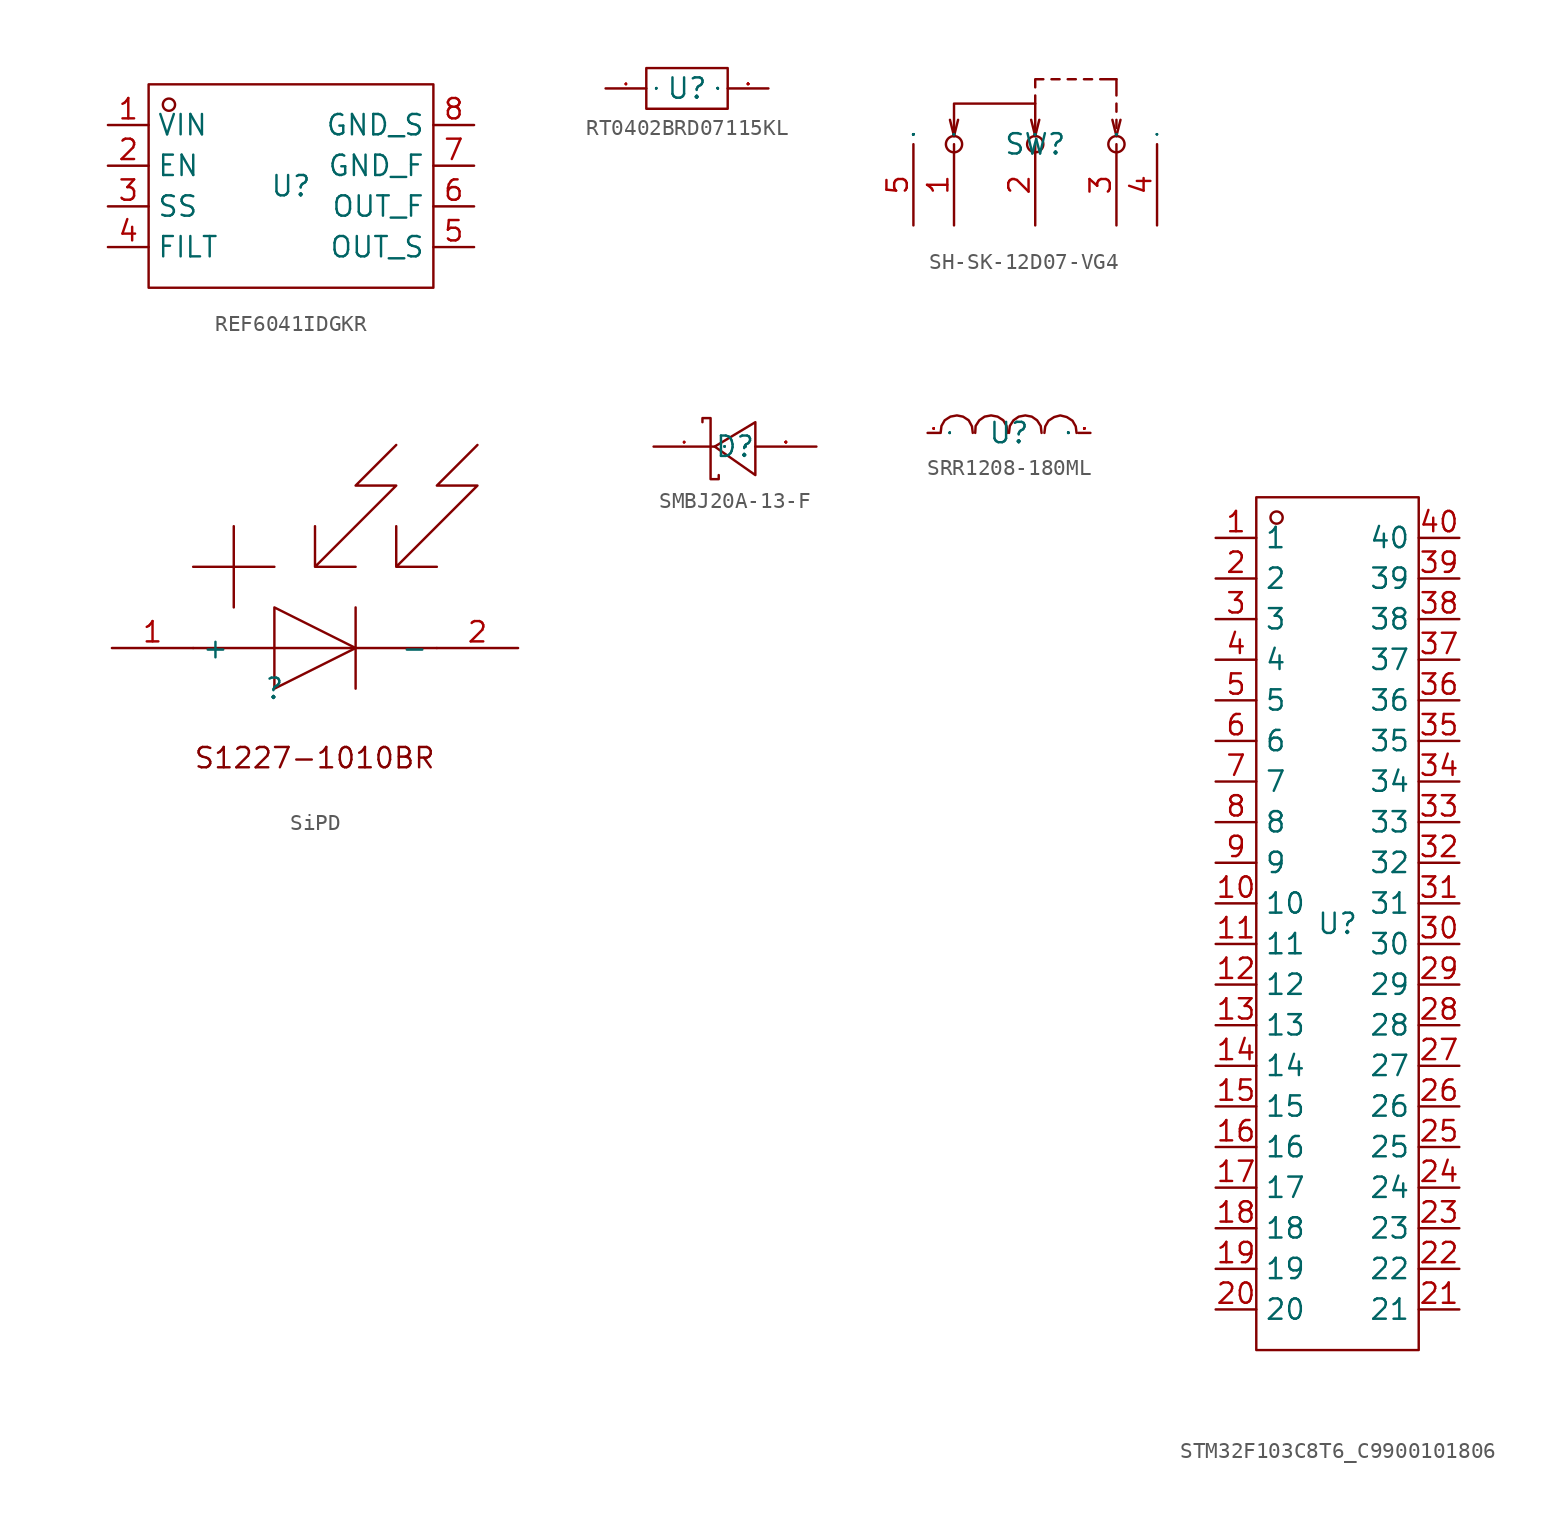
<source format=kicad_sym>
(kicad_symbol_lib
  (version 20241209)
  (generator "kicad_symbol_editor")
  (generator_version "9.0")
  (symbol "REF6041IDGKR"
    (property "Reference" "U"
      (at 0 0 0)
      (effects (font (size 1.27 1.27))))
    (property "Value" ""
      (at 0 0 0)
      (effects (font (size 1.27 1.27))))
    (symbol "REF6041IDGKR_1_0"
      (rectangle (start -8.89 -6.35) (end 8.89 6.35) (stroke (width 0) (type default)) (fill (type none)))
      (circle (center -7.62 5.08) (radius 0.381) (stroke (width 0) (type default)) (fill (type none)))
      (pin unspecified line (at -11.43 3.81 0) (length 2.54) (name "VIN" (effects (font (size 1.27 1.27)))) (number "1" (effects (font (size 1.27 1.27)))))
      (pin unspecified line (at -11.43 1.27 0) (length 2.54) (name "EN" (effects (font (size 1.27 1.27)))) (number "2" (effects (font (size 1.27 1.27)))))
      (pin unspecified line (at -11.43 -1.27 0) (length 2.54) (name "SS" (effects (font (size 1.27 1.27)))) (number "3" (effects (font (size 1.27 1.27)))))
      (pin unspecified line (at -11.43 -3.81 0) (length 2.54) (name "FILT" (effects (font (size 1.27 1.27)))) (number "4" (effects (font (size 1.27 1.27)))))
      (pin unspecified line (at 11.43 3.81 180) (length 2.54) (name "GND_S" (effects (font (size 1.27 1.27)))) (number "8" (effects (font (size 1.27 1.27)))))
      (pin unspecified line (at 11.43 1.27 180) (length 2.54) (name "GND_F" (effects (font (size 1.27 1.27)))) (number "7" (effects (font (size 1.27 1.27)))))
      (pin unspecified line (at 11.43 -1.27 180) (length 2.54) (name "OUT_F" (effects (font (size 1.27 1.27)))) (number "6" (effects (font (size 1.27 1.27)))))
      (pin unspecified line (at 11.43 -3.81 180) (length 2.54) (name "OUT_S" (effects (font (size 1.27 1.27)))) (number "5" (effects (font (size 1.27 1.27)))))))
  (symbol "RT0402BRD07115KL"
    (property "Reference" "U"
      (at 0 0 0)
      (effects (font (size 1.27 1.27))))
    (symbol "RT0402BRD07115KL_1_0"
      (rectangle (start -2.54 -1.27) (end 2.54 1.27) (stroke (width 0) (type default)) (fill (type none)))
      (pin unspecified line (at -5.08 0 0) (length 2.54) (name "1" (effects (font (size 0.025 0.025)))) (number "1" (effects (font (size 0.025 0.025)))))
      (pin unspecified line (at 5.08 0 180) (length 2.54) (name "2" (effects (font (size 0.025 0.025)))) (number "2" (effects (font (size 0.025 0.025)))))))
  (symbol "SH-SK-12D07-VG4"
    (property "Reference" "SW"
      (at 0 0 0)
      (effects (font (size 1.27 1.27))))
    (property "Value" ""
      (at 0 0 0)
      (effects (font (size 1.27 1.27))))
    (symbol "SH-SK-12D07-VG4_1_0"
      (polyline (pts (xy -5.08 0.508) (xy -5.334 1.524)) (stroke (width 0) (type default)) (fill (type none)))
      (polyline (pts (xy -5.08 0.508) (xy -4.826 1.524)) (stroke (width 0) (type default)) (fill (type none)))
      (polyline (pts (xy -5.08 0.508) (xy -5.08 2.54) (xy -5.08 2.54) (xy 0 2.54) (xy 0 2.54) (xy 0 0.508)) (stroke (width 0) (type default)) (fill (type none)))
      (circle (center -5.08 0) (radius 0.508) (stroke (width 0) (type default)) (fill (type none)))
      (polyline (pts (xy 0 3.556) (xy 0 4.064) (xy 0 4.064) (xy 0.508 4.064)) (stroke (width 0) (type default)) (fill (type none)))
      (polyline (pts (xy 0 2.54) (xy 0 3.048)) (stroke (width 0) (type default)) (fill (type none)))
      (polyline (pts (xy 0 0.508) (xy -0.254 1.524)) (stroke (width 0) (type default)) (fill (type none)))
      (polyline (pts (xy 0 0.508) (xy 0.254 1.524)) (stroke (width 0) (type default)) (fill (type none)))
      (circle (center 0 0) (radius 0.508) (stroke (width 0) (type default)) (fill (type none)))
      (polyline (pts (xy 1.016 4.064) (xy 1.524 4.064)) (stroke (width 0) (type default)) (fill (type none)))
      (polyline (pts (xy 2.032 4.064) (xy 2.54 4.064)) (stroke (width 0) (type default)) (fill (type none)))
      (polyline (pts (xy 3.048 4.064) (xy 3.556 4.064)) (stroke (width 0) (type default)) (fill (type none)))
      (polyline (pts (xy 4.064 4.064) (xy 5.08 4.064)) (stroke (width 0) (type default)) (fill (type none)))
      (polyline (pts (xy 5.08 4.064) (xy 5.08 3.048)) (stroke (width 0) (type default)) (fill (type none)))
      (polyline (pts (xy 5.08 2.032) (xy 5.08 2.54)) (stroke (width 0) (type default)) (fill (type none)))
      (polyline (pts (xy 5.08 1.016) (xy 5.08 1.524)) (stroke (width 0) (type default)) (fill (type none)))
      (polyline (pts (xy 5.08 0.508) (xy 4.826 1.524)) (stroke (width 0) (type default)) (fill (type none)))
      (polyline (pts (xy 5.08 0.508) (xy 5.334 1.524)) (stroke (width 0) (type default)) (fill (type none)))
      (circle (center 5.08 0) (radius 0.508) (stroke (width 0) (type default)) (fill (type none)))
      (pin unspecified line (at -7.62 -5.08 90) (length 5.08) (name "5" (effects (font (size 0.025 0.025)))) (number "5" (effects (font (size 1.27 1.27)))))
      (pin unspecified line (at -5.08 -5.08 90) (length 5.08) (name "1" (effects (font (size 0.025 0.025)))) (number "1" (effects (font (size 1.27 1.27)))))
      (pin unspecified line (at 0 -5.08 90) (length 5.08) (name "2" (effects (font (size 0.025 0.025)))) (number "2" (effects (font (size 1.27 1.27)))))
      (pin unspecified line (at 5.08 -5.08 90) (length 5.08) (name "3" (effects (font (size 0.025 0.025)))) (number "3" (effects (font (size 1.27 1.27)))))
      (pin unspecified line (at 7.62 -5.08 90) (length 5.08) (name "4" (effects (font (size 0.025 0.025)))) (number "4" (effects (font (size 1.27 1.27)))))))
  (symbol "SiPD"
    (property "Reference" ""
      (at 0 0 0)
      (effects (font (size 1.27 1.27))))
    (property "Value" ""
      (at 0 0 0)
      (effects (font (size 1.27 1.27))))
    (symbol "SiPD_1_0"
      (polyline (pts (xy -5.08 7.62) (xy 0 7.62)) (stroke (width 0) (type default)) (fill (type none)))
      (polyline (pts (xy -5.08 2.54) (xy 10.16 2.54)) (stroke (width 0) (type default)) (fill (type none)))
      (polyline (pts (xy -2.54 10.16) (xy -2.54 5.08)) (stroke (width 0) (type default)) (fill (type none)))
      (polyline (pts (xy 0 5.08) (xy 0 0) (xy 5.08 2.54) (xy 0 5.08)) (stroke (width 0) (type default)) (fill (type none)))
      (polyline (pts (xy 2.54 7.62) (xy 2.54 10.16) (xy 2.54 7.62) (xy 5.08 7.62) (xy 2.54 7.62) (xy 7.62 12.7) (xy 5.08 12.7) (xy 7.62 15.24)) (stroke (width 0) (type default)) (fill (type none)))
      (polyline (pts (xy 5.08 5.08) (xy 5.08 0)) (stroke (width 0) (type default)) (fill (type none)))
      (polyline (pts (xy 7.62 7.62) (xy 7.62 10.16) (xy 7.62 7.62) (xy 10.16 7.62) (xy 7.62 7.62) (xy 12.7 12.7) (xy 10.16 12.7) (xy 12.7 15.24)) (stroke (width 0) (type default)) (fill (type none)))
      (text "S1227-1010BR" (at -5.08 -5.08 0) (effects (font (size 1.27 1.27)) (justify left bottom)))
      (pin input line (at -10.16 2.54 0) (length 5.08) (name "+" (effects (font (size 1.27 1.27)))) (number "1" (effects (font (size 1.27 1.27)))))
      (pin input line (at 15.24 2.54 180) (length 5.08) (name "-" (effects (font (size 1.27 1.27)))) (number "2" (effects (font (size 1.27 1.27)))))))
  (symbol "SMBJ20A-13-F"
    (property "Reference" "D"
      (at 0 0 0)
      (effects (font (size 1.27 1.27))))
    (property "Value" ""
      (at 0 0 0)
      (effects (font (size 1.27 1.27))))
    (symbol "SMBJ20A-13-F_1_0"
      (polyline (pts (xy -2.032 1.524) (xy -2.032 1.778) (xy -2.032 1.778) (xy -1.524 1.778) (xy -1.524 1.778) (xy -1.524 -2.032) (xy -1.524 -2.032) (xy -1.016 -2.032) (xy -1.016 -2.032) (xy -1.016 -1.778)) (stroke (width 0) (type default)) (fill (type none)))
      (polyline (pts (xy 1.27 1.524) (xy -1.27 0) (xy -1.27 0) (xy 1.27 -1.778) (xy 1.27 -1.778) (xy 1.27 1.524)) (stroke (width 0) (type default)) (fill (type none)))
      (pin unspecified line (at -5.08 0 0) (length 3.81) (name "K" (effects (font (size 0.025 0.025)))) (number "1" (effects (font (size 0.025 0.025)))))
      (pin unspecified line (at 5.08 0 180) (length 3.81) (name "A" (effects (font (size 0.025 0.025)))) (number "2" (effects (font (size 0.025 0.025)))))))
  (symbol "SRR1208-180ML"
    (property "Reference" "U"
      (at 0 0 0)
      (effects (font (size 1.27 1.27))))
    (symbol "SRR1208-180ML_1_0"
      (polyline (pts (xy -4.267 0) (xy -4.216 0.432) (xy -4.216 0.432) (xy -4.013 0.787) (xy -4.013 0.787) (xy -3.658 1.016) (xy -3.658 1.016) (xy -3.251 1.092) (xy -3.251 1.092) (xy -2.87 1.016) (xy -2.87 1.016) (xy -2.515 0.787) (xy -2.515 0.787) (xy -2.311 0.406) (xy -2.311 0.406) (xy -2.261 0)) (stroke (width 0) (type default)) (fill (type none)))
      (polyline (pts (xy -2.108 0) (xy -2.083 0.432) (xy -2.083 0.432) (xy -1.854 0.787) (xy -1.854 0.787) (xy -1.524 1.016) (xy -1.524 1.016) (xy -1.118 1.092) (xy -1.118 1.092) (xy -0.711 1.016) (xy -0.711 1.016) (xy -0.356 0.787) (xy -0.356 0.787) (xy -0.152 0.432) (xy -0.152 0.432) (xy -0.102 0)) (stroke (width 0) (type default)) (fill (type none)))
      (polyline (pts (xy 0 0) (xy 0.051 0.432) (xy 0.051 0.432) (xy 0.279 0.787) (xy 0.279 0.787) (xy 0.61 1.016) (xy 0.61 1.016) (xy 1.016 1.092) (xy 1.016 1.092) (xy 1.422 1.016) (xy 1.422 1.016) (xy 1.753 0.787) (xy 1.753 0.787) (xy 1.981 0.432) (xy 1.981 0.432) (xy 2.032 0)) (stroke (width 0) (type default)) (fill (type none)))
      (polyline (pts (xy 2.21 0) (xy 2.261 0.406) (xy 2.261 0.406) (xy 2.464 0.762) (xy 2.464 0.762) (xy 2.819 0.991) (xy 2.819 0.991) (xy 3.2 1.092) (xy 3.2 1.092) (xy 3.607 0.991) (xy 3.607 0.991) (xy 3.962 0.762) (xy 3.962 0.762) (xy 4.166 0.406) (xy 4.166 0.406) (xy 4.216 0)) (stroke (width 0) (type default)) (fill (type none)))
      (pin unspecified line (at -5.08 0 0) (length 0.762) (name "1" (effects (font (size 0.025 0.025)))) (number "1" (effects (font (size 0.025 0.025)))))
      (pin unspecified line (at 5.08 0 180) (length 0.762) (name "2" (effects (font (size 0.025 0.025)))) (number "2" (effects (font (size 0.025 0.025)))))))
  (symbol "STM32F103C8T6_C9900101806"
    (property "Reference" "U"
      (at 0 0 0)
      (effects (font (size 1.27 1.27))))
    (property "Value" ""
      (at 0 0 0)
      (effects (font (size 1.27 1.27))))
    (symbol "STM32F103C8T6_C9900101806_1_0"
      (rectangle (start -5.08 -26.67) (end 5.08 26.67) (stroke (width 0) (type default)) (fill (type none)))
      (circle (center -3.81 25.4) (radius 0.381) (stroke (width 0) (type default)) (fill (type none)))
      (pin unspecified line (at -7.62 24.13 0) (length 2.54) (name "1" (effects (font (size 1.27 1.27)))) (number "1" (effects (font (size 1.27 1.27)))))
      (pin unspecified line (at -7.62 21.59 0) (length 2.54) (name "2" (effects (font (size 1.27 1.27)))) (number "2" (effects (font (size 1.27 1.27)))))
      (pin unspecified line (at -7.62 19.05 0) (length 2.54) (name "3" (effects (font (size 1.27 1.27)))) (number "3" (effects (font (size 1.27 1.27)))))
      (pin unspecified line (at -7.62 16.51 0) (length 2.54) (name "4" (effects (font (size 1.27 1.27)))) (number "4" (effects (font (size 1.27 1.27)))))
      (pin unspecified line (at -7.62 13.97 0) (length 2.54) (name "5" (effects (font (size 1.27 1.27)))) (number "5" (effects (font (size 1.27 1.27)))))
      (pin unspecified line (at -7.62 11.43 0) (length 2.54) (name "6" (effects (font (size 1.27 1.27)))) (number "6" (effects (font (size 1.27 1.27)))))
      (pin unspecified line (at -7.62 8.89 0) (length 2.54) (name "7" (effects (font (size 1.27 1.27)))) (number "7" (effects (font (size 1.27 1.27)))))
      (pin unspecified line (at -7.62 6.35 0) (length 2.54) (name "8" (effects (font (size 1.27 1.27)))) (number "8" (effects (font (size 1.27 1.27)))))
      (pin unspecified line (at -7.62 3.81 0) (length 2.54) (name "9" (effects (font (size 1.27 1.27)))) (number "9" (effects (font (size 1.27 1.27)))))
      (pin unspecified line (at -7.62 1.27 0) (length 2.54) (name "10" (effects (font (size 1.27 1.27)))) (number "10" (effects (font (size 1.27 1.27)))))
      (pin unspecified line (at -7.62 -1.27 0) (length 2.54) (name "11" (effects (font (size 1.27 1.27)))) (number "11" (effects (font (size 1.27 1.27)))))
      (pin unspecified line (at -7.62 -3.81 0) (length 2.54) (name "12" (effects (font (size 1.27 1.27)))) (number "12" (effects (font (size 1.27 1.27)))))
      (pin unspecified line (at -7.62 -6.35 0) (length 2.54) (name "13" (effects (font (size 1.27 1.27)))) (number "13" (effects (font (size 1.27 1.27)))))
      (pin unspecified line (at -7.62 -8.89 0) (length 2.54) (name "14" (effects (font (size 1.27 1.27)))) (number "14" (effects (font (size 1.27 1.27)))))
      (pin unspecified line (at -7.62 -11.43 0) (length 2.54) (name "15" (effects (font (size 1.27 1.27)))) (number "15" (effects (font (size 1.27 1.27)))))
      (pin unspecified line (at -7.62 -13.97 0) (length 2.54) (name "16" (effects (font (size 1.27 1.27)))) (number "16" (effects (font (size 1.27 1.27)))))
      (pin unspecified line (at -7.62 -16.51 0) (length 2.54) (name "17" (effects (font (size 1.27 1.27)))) (number "17" (effects (font (size 1.27 1.27)))))
      (pin unspecified line (at -7.62 -19.05 0) (length 2.54) (name "18" (effects (font (size 1.27 1.27)))) (number "18" (effects (font (size 1.27 1.27)))))
      (pin unspecified line (at -7.62 -21.59 0) (length 2.54) (name "19" (effects (font (size 1.27 1.27)))) (number "19" (effects (font (size 1.27 1.27)))))
      (pin unspecified line (at -7.62 -24.13 0) (length 2.54) (name "20" (effects (font (size 1.27 1.27)))) (number "20" (effects (font (size 1.27 1.27)))))
      (pin unspecified line (at 7.62 24.13 180) (length 2.54) (name "40" (effects (font (size 1.27 1.27)))) (number "40" (effects (font (size 1.27 1.27)))))
      (pin unspecified line (at 7.62 21.59 180) (length 2.54) (name "39" (effects (font (size 1.27 1.27)))) (number "39" (effects (font (size 1.27 1.27)))))
      (pin unspecified line (at 7.62 19.05 180) (length 2.54) (name "38" (effects (font (size 1.27 1.27)))) (number "38" (effects (font (size 1.27 1.27)))))
      (pin unspecified line (at 7.62 16.51 180) (length 2.54) (name "37" (effects (font (size 1.27 1.27)))) (number "37" (effects (font (size 1.27 1.27)))))
      (pin unspecified line (at 7.62 13.97 180) (length 2.54) (name "36" (effects (font (size 1.27 1.27)))) (number "36" (effects (font (size 1.27 1.27)))))
      (pin unspecified line (at 7.62 11.43 180) (length 2.54) (name "35" (effects (font (size 1.27 1.27)))) (number "35" (effects (font (size 1.27 1.27)))))
      (pin unspecified line (at 7.62 8.89 180) (length 2.54) (name "34" (effects (font (size 1.27 1.27)))) (number "34" (effects (font (size 1.27 1.27)))))
      (pin unspecified line (at 7.62 6.35 180) (length 2.54) (name "33" (effects (font (size 1.27 1.27)))) (number "33" (effects (font (size 1.27 1.27)))))
      (pin unspecified line (at 7.62 3.81 180) (length 2.54) (name "32" (effects (font (size 1.27 1.27)))) (number "32" (effects (font (size 1.27 1.27)))))
      (pin unspecified line (at 7.62 1.27 180) (length 2.54) (name "31" (effects (font (size 1.27 1.27)))) (number "31" (effects (font (size 1.27 1.27)))))
      (pin unspecified line (at 7.62 -1.27 180) (length 2.54) (name "30" (effects (font (size 1.27 1.27)))) (number "30" (effects (font (size 1.27 1.27)))))
      (pin unspecified line (at 7.62 -3.81 180) (length 2.54) (name "29" (effects (font (size 1.27 1.27)))) (number "29" (effects (font (size 1.27 1.27)))))
      (pin unspecified line (at 7.62 -6.35 180) (length 2.54) (name "28" (effects (font (size 1.27 1.27)))) (number "28" (effects (font (size 1.27 1.27)))))
      (pin unspecified line (at 7.62 -8.89 180) (length 2.54) (name "27" (effects (font (size 1.27 1.27)))) (number "27" (effects (font (size 1.27 1.27)))))
      (pin unspecified line (at 7.62 -11.43 180) (length 2.54) (name "26" (effects (font (size 1.27 1.27)))) (number "26" (effects (font (size 1.27 1.27)))))
      (pin unspecified line (at 7.62 -13.97 180) (length 2.54) (name "25" (effects (font (size 1.27 1.27)))) (number "25" (effects (font (size 1.27 1.27)))))
      (pin unspecified line (at 7.62 -16.51 180) (length 2.54) (name "24" (effects (font (size 1.27 1.27)))) (number "24" (effects (font (size 1.27 1.27)))))
      (pin unspecified line (at 7.62 -19.05 180) (length 2.54) (name "23" (effects (font (size 1.27 1.27)))) (number "23" (effects (font (size 1.27 1.27)))))
      (pin unspecified line (at 7.62 -21.59 180) (length 2.54) (name "22" (effects (font (size 1.27 1.27)))) (number "22" (effects (font (size 1.27 1.27)))))
      (pin unspecified line (at 7.62 -24.13 180) (length 2.54) (name "21" (effects (font (size 1.27 1.27)))) (number "21" (effects (font (size 1.27 1.27))))))))
</source>
